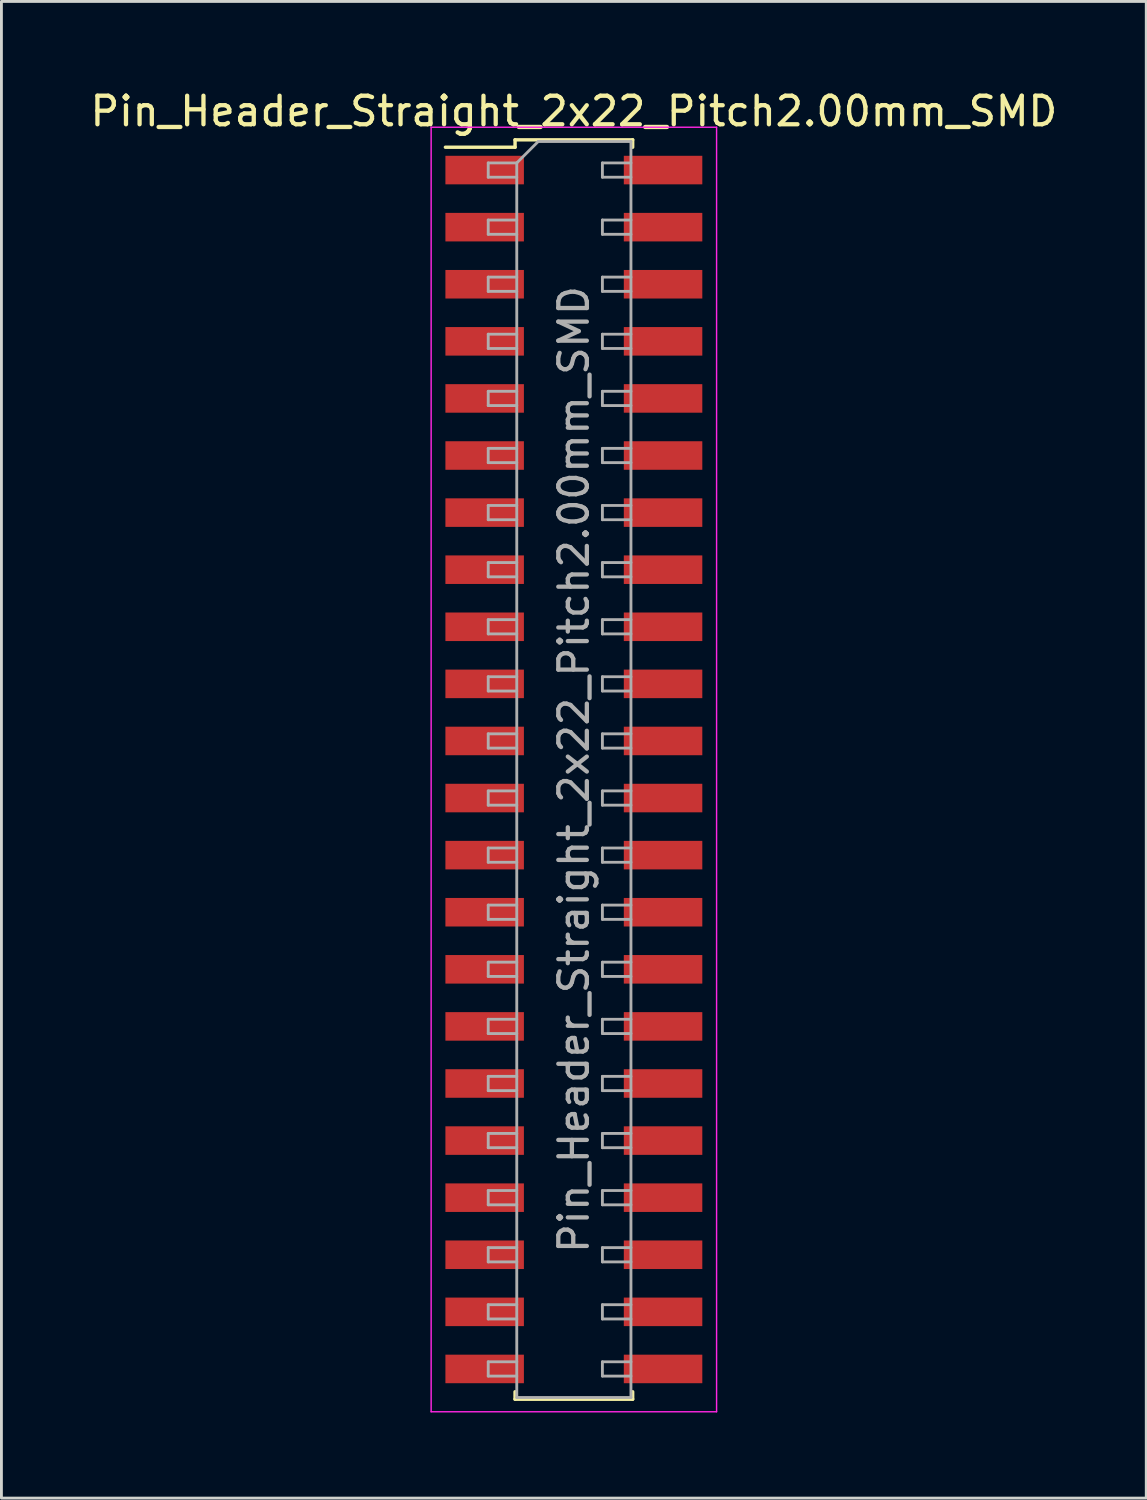
<source format=kicad_pcb>
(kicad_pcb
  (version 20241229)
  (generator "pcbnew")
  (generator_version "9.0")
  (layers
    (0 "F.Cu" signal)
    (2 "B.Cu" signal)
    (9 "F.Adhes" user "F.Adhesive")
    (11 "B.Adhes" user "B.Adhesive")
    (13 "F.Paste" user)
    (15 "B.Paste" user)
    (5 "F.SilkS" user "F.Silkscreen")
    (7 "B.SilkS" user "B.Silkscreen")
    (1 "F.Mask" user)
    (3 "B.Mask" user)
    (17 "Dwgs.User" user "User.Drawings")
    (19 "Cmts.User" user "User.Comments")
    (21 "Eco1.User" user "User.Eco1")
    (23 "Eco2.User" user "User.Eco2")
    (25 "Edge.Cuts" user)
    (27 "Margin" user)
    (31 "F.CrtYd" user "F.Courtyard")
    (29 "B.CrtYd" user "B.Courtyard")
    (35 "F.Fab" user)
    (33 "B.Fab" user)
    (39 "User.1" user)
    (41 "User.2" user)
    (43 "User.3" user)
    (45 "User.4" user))
  (footprint "Pin_Header_Straight_2x22_Pitch2.00mm_SMD"
    (layer "F.Cu")
    (at 17.054 23.908)
    (property "Reference" "Pin_Header_Straight_2x22_Pitch2.00mm_SMD" (at 0 -23.06 0) (layer "F.SilkS") (effects (font (size 1 1) (thickness 0.15))))
    (attr smd)
    (fp_line (start -4.5 -21.8) (end -2.06 -21.8) (stroke (width 0.12) (type solid)) (layer "F.SilkS"))
    (fp_line (start -2.06 -22.06) (end 2.06 -22.06) (stroke (width 0.12) (type solid)) (layer "F.SilkS"))
    (fp_line (start -2.06 -21.8) (end -2.06 -22.06) (stroke (width 0.12) (type solid)) (layer "F.SilkS"))
    (fp_line (start -2.06 21.8) (end -2.06 22.06) (stroke (width 0.12) (type solid)) (layer "F.SilkS"))
    (fp_line (start -2.06 22.06) (end 2.06 22.06) (stroke (width 0.12) (type solid)) (layer "F.SilkS"))
    (fp_line (start 2.06 -22.06) (end 2.06 -21.8) (stroke (width 0.12) (type solid)) (layer "F.SilkS"))
    (fp_line (start 2.06 22.06) (end 2.06 21.8) (stroke (width 0.12) (type solid)) (layer "F.SilkS"))
    (fp_line (start -5 -22.5) (end -5 22.5) (stroke (width 0.05) (type solid)) (layer "F.CrtYd"))
    (fp_line (start -5 22.5) (end 5 22.5) (stroke (width 0.05) (type solid)) (layer "F.CrtYd"))
    (fp_line (start 5 -22.5) (end -5 -22.5) (stroke (width 0.05) (type solid)) (layer "F.CrtYd"))
    (fp_line (start 5 22.5) (end 5 -22.5) (stroke (width 0.05) (type solid)) (layer "F.CrtYd"))
    (fp_line (start -3 -21.25) (end -3 -20.75) (stroke (width 0.1) (type solid)) (layer "F.Fab"))
    (fp_line (start -3 -20.75) (end -2 -20.75) (stroke (width 0.1) (type solid)) (layer "F.Fab"))
    (fp_line (start -3 -19.25) (end -3 -18.75) (stroke (width 0.1) (type solid)) (layer "F.Fab"))
    (fp_line (start -3 -18.75) (end -2 -18.75) (stroke (width 0.1) (type solid)) (layer "F.Fab"))
    (fp_line (start -3 -17.25) (end -3 -16.75) (stroke (width 0.1) (type solid)) (layer "F.Fab"))
    (fp_line (start -3 -16.75) (end -2 -16.75) (stroke (width 0.1) (type solid)) (layer "F.Fab"))
    (fp_line (start -3 -15.25) (end -3 -14.75) (stroke (width 0.1) (type solid)) (layer "F.Fab"))
    (fp_line (start -3 -14.75) (end -2 -14.75) (stroke (width 0.1) (type solid)) (layer "F.Fab"))
    (fp_line (start -3 -13.25) (end -3 -12.75) (stroke (width 0.1) (type solid)) (layer "F.Fab"))
    (fp_line (start -3 -12.75) (end -2 -12.75) (stroke (width 0.1) (type solid)) (layer "F.Fab"))
    (fp_line (start -3 -11.25) (end -3 -10.75) (stroke (width 0.1) (type solid)) (layer "F.Fab"))
    (fp_line (start -3 -10.75) (end -2 -10.75) (stroke (width 0.1) (type solid)) (layer "F.Fab"))
    (fp_line (start -3 -9.25) (end -3 -8.75) (stroke (width 0.1) (type solid)) (layer "F.Fab"))
    (fp_line (start -3 -8.75) (end -2 -8.75) (stroke (width 0.1) (type solid)) (layer "F.Fab"))
    (fp_line (start -3 -7.25) (end -3 -6.75) (stroke (width 0.1) (type solid)) (layer "F.Fab"))
    (fp_line (start -3 -6.75) (end -2 -6.75) (stroke (width 0.1) (type solid)) (layer "F.Fab"))
    (fp_line (start -3 -5.25) (end -3 -4.75) (stroke (width 0.1) (type solid)) (layer "F.Fab"))
    (fp_line (start -3 -4.75) (end -2 -4.75) (stroke (width 0.1) (type solid)) (layer "F.Fab"))
    (fp_line (start -3 -3.25) (end -3 -2.75) (stroke (width 0.1) (type solid)) (layer "F.Fab"))
    (fp_line (start -3 -2.75) (end -2 -2.75) (stroke (width 0.1) (type solid)) (layer "F.Fab"))
    (fp_line (start -3 -1.25) (end -3 -0.75) (stroke (width 0.1) (type solid)) (layer "F.Fab"))
    (fp_line (start -3 -0.75) (end -2 -0.75) (stroke (width 0.1) (type solid)) (layer "F.Fab"))
    (fp_line (start -3 0.75) (end -3 1.25) (stroke (width 0.1) (type solid)) (layer "F.Fab"))
    (fp_line (start -3 1.25) (end -2 1.25) (stroke (width 0.1) (type solid)) (layer "F.Fab"))
    (fp_line (start -3 2.75) (end -3 3.25) (stroke (width 0.1) (type solid)) (layer "F.Fab"))
    (fp_line (start -3 3.25) (end -2 3.25) (stroke (width 0.1) (type solid)) (layer "F.Fab"))
    (fp_line (start -3 4.75) (end -3 5.25) (stroke (width 0.1) (type solid)) (layer "F.Fab"))
    (fp_line (start -3 5.25) (end -2 5.25) (stroke (width 0.1) (type solid)) (layer "F.Fab"))
    (fp_line (start -3 6.75) (end -3 7.25) (stroke (width 0.1) (type solid)) (layer "F.Fab"))
    (fp_line (start -3 7.25) (end -2 7.25) (stroke (width 0.1) (type solid)) (layer "F.Fab"))
    (fp_line (start -3 8.75) (end -3 9.25) (stroke (width 0.1) (type solid)) (layer "F.Fab"))
    (fp_line (start -3 9.25) (end -2 9.25) (stroke (width 0.1) (type solid)) (layer "F.Fab"))
    (fp_line (start -3 10.75) (end -3 11.25) (stroke (width 0.1) (type solid)) (layer "F.Fab"))
    (fp_line (start -3 11.25) (end -2 11.25) (stroke (width 0.1) (type solid)) (layer "F.Fab"))
    (fp_line (start -3 12.75) (end -3 13.25) (stroke (width 0.1) (type solid)) (layer "F.Fab"))
    (fp_line (start -3 13.25) (end -2 13.25) (stroke (width 0.1) (type solid)) (layer "F.Fab"))
    (fp_line (start -3 14.75) (end -3 15.25) (stroke (width 0.1) (type solid)) (layer "F.Fab"))
    (fp_line (start -3 15.25) (end -2 15.25) (stroke (width 0.1) (type solid)) (layer "F.Fab"))
    (fp_line (start -3 16.75) (end -3 17.25) (stroke (width 0.1) (type solid)) (layer "F.Fab"))
    (fp_line (start -3 17.25) (end -2 17.25) (stroke (width 0.1) (type solid)) (layer "F.Fab"))
    (fp_line (start -3 18.75) (end -3 19.25) (stroke (width 0.1) (type solid)) (layer "F.Fab"))
    (fp_line (start -3 19.25) (end -2 19.25) (stroke (width 0.1) (type solid)) (layer "F.Fab"))
    (fp_line (start -3 20.75) (end -3 21.25) (stroke (width 0.1) (type solid)) (layer "F.Fab"))
    (fp_line (start -3 21.25) (end -2 21.25) (stroke (width 0.1) (type solid)) (layer "F.Fab"))
    (fp_line (start -2 -21.25) (end -3 -21.25) (stroke (width 0.1) (type solid)) (layer "F.Fab"))
    (fp_line (start -2 -21.25) (end -1.25 -22) (stroke (width 0.1) (type solid)) (layer "F.Fab"))
    (fp_line (start -2 -19.25) (end -3 -19.25) (stroke (width 0.1) (type solid)) (layer "F.Fab"))
    (fp_line (start -2 -17.25) (end -3 -17.25) (stroke (width 0.1) (type solid)) (layer "F.Fab"))
    (fp_line (start -2 -15.25) (end -3 -15.25) (stroke (width 0.1) (type solid)) (layer "F.Fab"))
    (fp_line (start -2 -13.25) (end -3 -13.25) (stroke (width 0.1) (type solid)) (layer "F.Fab"))
    (fp_line (start -2 -11.25) (end -3 -11.25) (stroke (width 0.1) (type solid)) (layer "F.Fab"))
    (fp_line (start -2 -9.25) (end -3 -9.25) (stroke (width 0.1) (type solid)) (layer "F.Fab"))
    (fp_line (start -2 -7.25) (end -3 -7.25) (stroke (width 0.1) (type solid)) (layer "F.Fab"))
    (fp_line (start -2 -5.25) (end -3 -5.25) (stroke (width 0.1) (type solid)) (layer "F.Fab"))
    (fp_line (start -2 -3.25) (end -3 -3.25) (stroke (width 0.1) (type solid)) (layer "F.Fab"))
    (fp_line (start -2 -1.25) (end -3 -1.25) (stroke (width 0.1) (type solid)) (layer "F.Fab"))
    (fp_line (start -2 0.75) (end -3 0.75) (stroke (width 0.1) (type solid)) (layer "F.Fab"))
    (fp_line (start -2 2.75) (end -3 2.75) (stroke (width 0.1) (type solid)) (layer "F.Fab"))
    (fp_line (start -2 4.75) (end -3 4.75) (stroke (width 0.1) (type solid)) (layer "F.Fab"))
    (fp_line (start -2 6.75) (end -3 6.75) (stroke (width 0.1) (type solid)) (layer "F.Fab"))
    (fp_line (start -2 8.75) (end -3 8.75) (stroke (width 0.1) (type solid)) (layer "F.Fab"))
    (fp_line (start -2 10.75) (end -3 10.75) (stroke (width 0.1) (type solid)) (layer "F.Fab"))
    (fp_line (start -2 12.75) (end -3 12.75) (stroke (width 0.1) (type solid)) (layer "F.Fab"))
    (fp_line (start -2 14.75) (end -3 14.75) (stroke (width 0.1) (type solid)) (layer "F.Fab"))
    (fp_line (start -2 16.75) (end -3 16.75) (stroke (width 0.1) (type solid)) (layer "F.Fab"))
    (fp_line (start -2 18.75) (end -3 18.75) (stroke (width 0.1) (type solid)) (layer "F.Fab"))
    (fp_line (start -2 20.75) (end -3 20.75) (stroke (width 0.1) (type solid)) (layer "F.Fab"))
    (fp_line (start -2 22) (end -2 -21.25) (stroke (width 0.1) (type solid)) (layer "F.Fab"))
    (fp_line (start -1.25 -22) (end 2 -22) (stroke (width 0.1) (type solid)) (layer "F.Fab"))
    (fp_line (start 1 -21.25) (end 1 -20.75) (stroke (width 0.1) (type solid)) (layer "F.Fab"))
    (fp_line (start 1 -20.75) (end 2 -20.75) (stroke (width 0.1) (type solid)) (layer "F.Fab"))
    (fp_line (start 1 -19.25) (end 1 -18.75) (stroke (width 0.1) (type solid)) (layer "F.Fab"))
    (fp_line (start 1 -18.75) (end 2 -18.75) (stroke (width 0.1) (type solid)) (layer "F.Fab"))
    (fp_line (start 1 -17.25) (end 1 -16.75) (stroke (width 0.1) (type solid)) (layer "F.Fab"))
    (fp_line (start 1 -16.75) (end 2 -16.75) (stroke (width 0.1) (type solid)) (layer "F.Fab"))
    (fp_line (start 1 -15.25) (end 1 -14.75) (stroke (width 0.1) (type solid)) (layer "F.Fab"))
    (fp_line (start 1 -14.75) (end 2 -14.75) (stroke (width 0.1) (type solid)) (layer "F.Fab"))
    (fp_line (start 1 -13.25) (end 1 -12.75) (stroke (width 0.1) (type solid)) (layer "F.Fab"))
    (fp_line (start 1 -12.75) (end 2 -12.75) (stroke (width 0.1) (type solid)) (layer "F.Fab"))
    (fp_line (start 1 -11.25) (end 1 -10.75) (stroke (width 0.1) (type solid)) (layer "F.Fab"))
    (fp_line (start 1 -10.75) (end 2 -10.75) (stroke (width 0.1) (type solid)) (layer "F.Fab"))
    (fp_line (start 1 -9.25) (end 1 -8.75) (stroke (width 0.1) (type solid)) (layer "F.Fab"))
    (fp_line (start 1 -8.75) (end 2 -8.75) (stroke (width 0.1) (type solid)) (layer "F.Fab"))
    (fp_line (start 1 -7.25) (end 1 -6.75) (stroke (width 0.1) (type solid)) (layer "F.Fab"))
    (fp_line (start 1 -6.75) (end 2 -6.75) (stroke (width 0.1) (type solid)) (layer "F.Fab"))
    (fp_line (start 1 -5.25) (end 1 -4.75) (stroke (width 0.1) (type solid)) (layer "F.Fab"))
    (fp_line (start 1 -4.75) (end 2 -4.75) (stroke (width 0.1) (type solid)) (layer "F.Fab"))
    (fp_line (start 1 -3.25) (end 1 -2.75) (stroke (width 0.1) (type solid)) (layer "F.Fab"))
    (fp_line (start 1 -2.75) (end 2 -2.75) (stroke (width 0.1) (type solid)) (layer "F.Fab"))
    (fp_line (start 1 -1.25) (end 1 -0.75) (stroke (width 0.1) (type solid)) (layer "F.Fab"))
    (fp_line (start 1 -0.75) (end 2 -0.75) (stroke (width 0.1) (type solid)) (layer "F.Fab"))
    (fp_line (start 1 0.75) (end 1 1.25) (stroke (width 0.1) (type solid)) (layer "F.Fab"))
    (fp_line (start 1 1.25) (end 2 1.25) (stroke (width 0.1) (type solid)) (layer "F.Fab"))
    (fp_line (start 1 2.75) (end 1 3.25) (stroke (width 0.1) (type solid)) (layer "F.Fab"))
    (fp_line (start 1 3.25) (end 2 3.25) (stroke (width 0.1) (type solid)) (layer "F.Fab"))
    (fp_line (start 1 4.75) (end 1 5.25) (stroke (width 0.1) (type solid)) (layer "F.Fab"))
    (fp_line (start 1 5.25) (end 2 5.25) (stroke (width 0.1) (type solid)) (layer "F.Fab"))
    (fp_line (start 1 6.75) (end 1 7.25) (stroke (width 0.1) (type solid)) (layer "F.Fab"))
    (fp_line (start 1 7.25) (end 2 7.25) (stroke (width 0.1) (type solid)) (layer "F.Fab"))
    (fp_line (start 1 8.75) (end 1 9.25) (stroke (width 0.1) (type solid)) (layer "F.Fab"))
    (fp_line (start 1 9.25) (end 2 9.25) (stroke (width 0.1) (type solid)) (layer "F.Fab"))
    (fp_line (start 1 10.75) (end 1 11.25) (stroke (width 0.1) (type solid)) (layer "F.Fab"))
    (fp_line (start 1 11.25) (end 2 11.25) (stroke (width 0.1) (type solid)) (layer "F.Fab"))
    (fp_line (start 1 12.75) (end 1 13.25) (stroke (width 0.1) (type solid)) (layer "F.Fab"))
    (fp_line (start 1 13.25) (end 2 13.25) (stroke (width 0.1) (type solid)) (layer "F.Fab"))
    (fp_line (start 1 14.75) (end 1 15.25) (stroke (width 0.1) (type solid)) (layer "F.Fab"))
    (fp_line (start 1 15.25) (end 2 15.25) (stroke (width 0.1) (type solid)) (layer "F.Fab"))
    (fp_line (start 1 16.75) (end 1 17.25) (stroke (width 0.1) (type solid)) (layer "F.Fab"))
    (fp_line (start 1 17.25) (end 2 17.25) (stroke (width 0.1) (type solid)) (layer "F.Fab"))
    (fp_line (start 1 18.75) (end 1 19.25) (stroke (width 0.1) (type solid)) (layer "F.Fab"))
    (fp_line (start 1 19.25) (end 2 19.25) (stroke (width 0.1) (type solid)) (layer "F.Fab"))
    (fp_line (start 1 20.75) (end 1 21.25) (stroke (width 0.1) (type solid)) (layer "F.Fab"))
    (fp_line (start 1 21.25) (end 2 21.25) (stroke (width 0.1) (type solid)) (layer "F.Fab"))
    (fp_line (start 2 -22) (end 2 22) (stroke (width 0.1) (type solid)) (layer "F.Fab"))
    (fp_line (start 2 -21.25) (end 1 -21.25) (stroke (width 0.1) (type solid)) (layer "F.Fab"))
    (fp_line (start 2 -19.25) (end 1 -19.25) (stroke (width 0.1) (type solid)) (layer "F.Fab"))
    (fp_line (start 2 -17.25) (end 1 -17.25) (stroke (width 0.1) (type solid)) (layer "F.Fab"))
    (fp_line (start 2 -15.25) (end 1 -15.25) (stroke (width 0.1) (type solid)) (layer "F.Fab"))
    (fp_line (start 2 -13.25) (end 1 -13.25) (stroke (width 0.1) (type solid)) (layer "F.Fab"))
    (fp_line (start 2 -11.25) (end 1 -11.25) (stroke (width 0.1) (type solid)) (layer "F.Fab"))
    (fp_line (start 2 -9.25) (end 1 -9.25) (stroke (width 0.1) (type solid)) (layer "F.Fab"))
    (fp_line (start 2 -7.25) (end 1 -7.25) (stroke (width 0.1) (type solid)) (layer "F.Fab"))
    (fp_line (start 2 -5.25) (end 1 -5.25) (stroke (width 0.1) (type solid)) (layer "F.Fab"))
    (fp_line (start 2 -3.25) (end 1 -3.25) (stroke (width 0.1) (type solid)) (layer "F.Fab"))
    (fp_line (start 2 -1.25) (end 1 -1.25) (stroke (width 0.1) (type solid)) (layer "F.Fab"))
    (fp_line (start 2 0.75) (end 1 0.75) (stroke (width 0.1) (type solid)) (layer "F.Fab"))
    (fp_line (start 2 2.75) (end 1 2.75) (stroke (width 0.1) (type solid)) (layer "F.Fab"))
    (fp_line (start 2 4.75) (end 1 4.75) (stroke (width 0.1) (type solid)) (layer "F.Fab"))
    (fp_line (start 2 6.75) (end 1 6.75) (stroke (width 0.1) (type solid)) (layer "F.Fab"))
    (fp_line (start 2 8.75) (end 1 8.75) (stroke (width 0.1) (type solid)) (layer "F.Fab"))
    (fp_line (start 2 10.75) (end 1 10.75) (stroke (width 0.1) (type solid)) (layer "F.Fab"))
    (fp_line (start 2 12.75) (end 1 12.75) (stroke (width 0.1) (type solid)) (layer "F.Fab"))
    (fp_line (start 2 14.75) (end 1 14.75) (stroke (width 0.1) (type solid)) (layer "F.Fab"))
    (fp_line (start 2 16.75) (end 1 16.75) (stroke (width 0.1) (type solid)) (layer "F.Fab"))
    (fp_line (start 2 18.75) (end 1 18.75) (stroke (width 0.1) (type solid)) (layer "F.Fab"))
    (fp_line (start 2 20.75) (end 1 20.75) (stroke (width 0.1) (type solid)) (layer "F.Fab"))
    (fp_line (start 2 22) (end -2 22) (stroke (width 0.1) (type solid)) (layer "F.Fab"))
    (fp_text user "${REFERENCE}" (at 0 0 90) (layer "F.Fab") (effects (font (size 1 1) (thickness 0.15))))
    (pad "1" smd rect (at -3.125 -21) (size 2.75 1) (layers "F.Cu" "F.Mask" "F.Paste"))
    (pad "2" smd rect (at 3.125 -21) (size 2.75 1) (layers "F.Cu" "F.Mask" "F.Paste"))
    (pad "3" smd rect (at -3.125 -19) (size 2.75 1) (layers "F.Cu" "F.Mask" "F.Paste"))
    (pad "4" smd rect (at 3.125 -19) (size 2.75 1) (layers "F.Cu" "F.Mask" "F.Paste"))
    (pad "5" smd rect (at -3.125 -17) (size 2.75 1) (layers "F.Cu" "F.Mask" "F.Paste"))
    (pad "6" smd rect (at 3.125 -17) (size 2.75 1) (layers "F.Cu" "F.Mask" "F.Paste"))
    (pad "7" smd rect (at -3.125 -15) (size 2.75 1) (layers "F.Cu" "F.Mask" "F.Paste"))
    (pad "8" smd rect (at 3.125 -15) (size 2.75 1) (layers "F.Cu" "F.Mask" "F.Paste"))
    (pad "9" smd rect (at -3.125 -13) (size 2.75 1) (layers "F.Cu" "F.Mask" "F.Paste"))
    (pad "10" smd rect (at 3.125 -13) (size 2.75 1) (layers "F.Cu" "F.Mask" "F.Paste"))
    (pad "11" smd rect (at -3.125 -11) (size 2.75 1) (layers "F.Cu" "F.Mask" "F.Paste"))
    (pad "12" smd rect (at 3.125 -11) (size 2.75 1) (layers "F.Cu" "F.Mask" "F.Paste"))
    (pad "13" smd rect (at -3.125 -9) (size 2.75 1) (layers "F.Cu" "F.Mask" "F.Paste"))
    (pad "14" smd rect (at 3.125 -9) (size 2.75 1) (layers "F.Cu" "F.Mask" "F.Paste"))
    (pad "15" smd rect (at -3.125 -7) (size 2.75 1) (layers "F.Cu" "F.Mask" "F.Paste"))
    (pad "16" smd rect (at 3.125 -7) (size 2.75 1) (layers "F.Cu" "F.Mask" "F.Paste"))
    (pad "17" smd rect (at -3.125 -5) (size 2.75 1) (layers "F.Cu" "F.Mask" "F.Paste"))
    (pad "18" smd rect (at 3.125 -5) (size 2.75 1) (layers "F.Cu" "F.Mask" "F.Paste"))
    (pad "19" smd rect (at -3.125 -3) (size 2.75 1) (layers "F.Cu" "F.Mask" "F.Paste"))
    (pad "20" smd rect (at 3.125 -3) (size 2.75 1) (layers "F.Cu" "F.Mask" "F.Paste"))
    (pad "21" smd rect (at -3.125 -1) (size 2.75 1) (layers "F.Cu" "F.Mask" "F.Paste"))
    (pad "22" smd rect (at 3.125 -1) (size 2.75 1) (layers "F.Cu" "F.Mask" "F.Paste"))
    (pad "23" smd rect (at -3.125 1) (size 2.75 1) (layers "F.Cu" "F.Mask" "F.Paste"))
    (pad "24" smd rect (at 3.125 1) (size 2.75 1) (layers "F.Cu" "F.Mask" "F.Paste"))
    (pad "25" smd rect (at -3.125 3) (size 2.75 1) (layers "F.Cu" "F.Mask" "F.Paste"))
    (pad "26" smd rect (at 3.125 3) (size 2.75 1) (layers "F.Cu" "F.Mask" "F.Paste"))
    (pad "27" smd rect (at -3.125 5) (size 2.75 1) (layers "F.Cu" "F.Mask" "F.Paste"))
    (pad "28" smd rect (at 3.125 5) (size 2.75 1) (layers "F.Cu" "F.Mask" "F.Paste"))
    (pad "29" smd rect (at -3.125 7) (size 2.75 1) (layers "F.Cu" "F.Mask" "F.Paste"))
    (pad "30" smd rect (at 3.125 7) (size 2.75 1) (layers "F.Cu" "F.Mask" "F.Paste"))
    (pad "31" smd rect (at -3.125 9) (size 2.75 1) (layers "F.Cu" "F.Mask" "F.Paste"))
    (pad "32" smd rect (at 3.125 9) (size 2.75 1) (layers "F.Cu" "F.Mask" "F.Paste"))
    (pad "33" smd rect (at -3.125 11) (size 2.75 1) (layers "F.Cu" "F.Mask" "F.Paste"))
    (pad "34" smd rect (at 3.125 11) (size 2.75 1) (layers "F.Cu" "F.Mask" "F.Paste"))
    (pad "35" smd rect (at -3.125 13) (size 2.75 1) (layers "F.Cu" "F.Mask" "F.Paste"))
    (pad "36" smd rect (at 3.125 13) (size 2.75 1) (layers "F.Cu" "F.Mask" "F.Paste"))
    (pad "37" smd rect (at -3.125 15) (size 2.75 1) (layers "F.Cu" "F.Mask" "F.Paste"))
    (pad "38" smd rect (at 3.125 15) (size 2.75 1) (layers "F.Cu" "F.Mask" "F.Paste"))
    (pad "39" smd rect (at -3.125 17) (size 2.75 1) (layers "F.Cu" "F.Mask" "F.Paste"))
    (pad "40" smd rect (at 3.125 17) (size 2.75 1) (layers "F.Cu" "F.Mask" "F.Paste"))
    (pad "41" smd rect (at -3.125 19) (size 2.75 1) (layers "F.Cu" "F.Mask" "F.Paste"))
    (pad "42" smd rect (at 3.125 19) (size 2.75 1) (layers "F.Cu" "F.Mask" "F.Paste"))
    (pad "43" smd rect (at -3.125 21) (size 2.75 1) (layers "F.Cu" "F.Mask" "F.Paste"))
    (pad "44" smd rect (at 3.125 21) (size 2.75 1) (layers "F.Cu" "F.Mask" "F.Paste")))
  (gr_rect
    (start -3 -3)
    (end 37.107 49.433)
    (stroke (width 0.1) (type default))
    (fill no)
    (layer "Edge.Cuts")))
</source>
